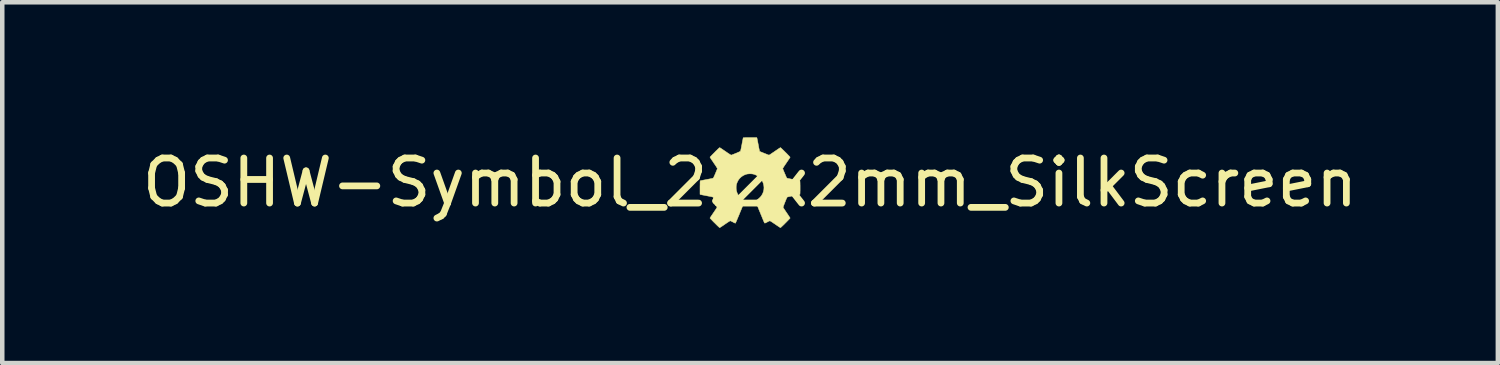
<source format=kicad_pcb>
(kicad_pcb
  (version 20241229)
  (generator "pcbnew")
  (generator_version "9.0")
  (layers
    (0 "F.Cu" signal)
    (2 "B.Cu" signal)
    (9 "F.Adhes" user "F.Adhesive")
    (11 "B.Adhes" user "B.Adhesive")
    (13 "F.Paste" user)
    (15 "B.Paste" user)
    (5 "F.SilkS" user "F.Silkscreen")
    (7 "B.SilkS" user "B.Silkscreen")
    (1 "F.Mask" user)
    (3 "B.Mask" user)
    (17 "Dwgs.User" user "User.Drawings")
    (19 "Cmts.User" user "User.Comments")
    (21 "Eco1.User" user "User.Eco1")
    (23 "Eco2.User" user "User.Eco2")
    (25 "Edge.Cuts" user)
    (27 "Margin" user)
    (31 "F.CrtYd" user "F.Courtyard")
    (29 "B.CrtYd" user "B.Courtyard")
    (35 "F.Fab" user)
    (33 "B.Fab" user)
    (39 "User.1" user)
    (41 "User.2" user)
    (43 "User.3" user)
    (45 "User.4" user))
  (footprint "OSHW-Symbol_2.2x2mm_SilkScreen"
    (layer "F.Cu")
    (at 13.601 1.003)
    (property "Reference" "OSHW-Symbol_2.2x2mm_SilkScreen" (at 0 0 0) (layer "F.SilkS") (effects (font (size 1 1) (thickness 0.15))))
    (attr exclude_from_pos_files exclude_from_bom)
    (fp_poly (pts (xy 0.153 -0.99) (xy 0.154 -0.985) (xy 0.157 -0.973) (xy 0.16 -0.956) (xy 0.165 -0.934) (xy 0.17 -0.908) (xy 0.175 -0.88) (xy 0.181 -0.849) (xy 0.183 -0.839) (xy 0.189 -0.808) (xy 0.194 -0.779) (xy 0.199 -0.753) (xy 0.204 -0.731) (xy 0.208 -0.713) (xy 0.211 -0.7) (xy 0.212 -0.694) (xy 0.213 -0.693) (xy 0.217 -0.691) (xy 0.227 -0.686) (xy 0.242 -0.68) (xy 0.261 -0.672) (xy 0.282 -0.664) (xy 0.305 -0.654) (xy 0.328 -0.645) (xy 0.351 -0.636) (xy 0.372 -0.628) (xy 0.39 -0.62) (xy 0.405 -0.615) (xy 0.416 -0.611) (xy 0.421 -0.61) (xy 0.425 -0.612) (xy 0.435 -0.617) (xy 0.449 -0.626) (xy 0.467 -0.638) (xy 0.488 -0.652) (xy 0.513 -0.669) (xy 0.539 -0.686) (xy 0.548 -0.693) (xy 0.575 -0.711) (xy 0.6 -0.728) (xy 0.622 -0.743) (xy 0.641 -0.756) (xy 0.657 -0.766) (xy 0.668 -0.773) (xy 0.674 -0.776) (xy 0.675 -0.777) (xy 0.679 -0.774) (xy 0.687 -0.767) (xy 0.699 -0.756) (xy 0.714 -0.742) (xy 0.731 -0.725) (xy 0.75 -0.707) (xy 0.77 -0.687) (xy 0.79 -0.667) (xy 0.811 -0.647) (xy 0.83 -0.627) (xy 0.847 -0.609) (xy 0.863 -0.593) (xy 0.875 -0.58) (xy 0.884 -0.57) (xy 0.889 -0.564) (xy 0.889 -0.563) (xy 0.887 -0.559) (xy 0.882 -0.55) (xy 0.873 -0.536) (xy 0.861 -0.518) (xy 0.847 -0.497) (xy 0.831 -0.473) (xy 0.813 -0.448) (xy 0.808 -0.439) (xy 0.79 -0.413) (xy 0.773 -0.388) (xy 0.758 -0.366) (xy 0.746 -0.346) (xy 0.736 -0.33) (xy 0.729 -0.319) (xy 0.726 -0.313) (xy 0.726 -0.312) (xy 0.727 -0.307) (xy 0.731 -0.296) (xy 0.737 -0.28) (xy 0.745 -0.261) (xy 0.754 -0.239) (xy 0.764 -0.216) (xy 0.774 -0.192) (xy 0.784 -0.17) (xy 0.793 -0.148) (xy 0.801 -0.13) (xy 0.808 -0.115) (xy 0.814 -0.105) (xy 0.816 -0.101) (xy 0.82 -0.099) (xy 0.828 -0.096) (xy 0.841 -0.093) (xy 0.859 -0.089) (xy 0.883 -0.084) (xy 0.912 -0.078) (xy 0.949 -0.071) (xy 0.962 -0.069) (xy 0.993 -0.063) (xy 1.022 -0.057) (xy 1.048 -0.052) (xy 1.07 -0.048) (xy 1.087 -0.044) (xy 1.1 -0.041) (xy 1.106 -0.039) (xy 1.106 -0.039) (xy 1.107 -0.035) (xy 1.108 -0.024) (xy 1.109 -0.008) (xy 1.11 0.013) (xy 1.11 0.037) (xy 1.111 0.064) (xy 1.111 0.092) (xy 1.111 0.121) (xy 1.111 0.15) (xy 1.111 0.177) (xy 1.11 0.202) (xy 1.11 0.225) (xy 1.109 0.243) (xy 1.108 0.256) (xy 1.107 0.263) (xy 1.106 0.264) (xy 1.102 0.266) (xy 1.091 0.268) (xy 1.074 0.272) (xy 1.053 0.276) (xy 1.028 0.281) (xy 1 0.286) (xy 0.97 0.292) (xy 0.964 0.293) (xy 0.926 0.3) (xy 0.896 0.306) (xy 0.871 0.311) (xy 0.852 0.315) (xy 0.838 0.319) (xy 0.828 0.322) (xy 0.823 0.324) (xy 0.822 0.325) (xy 0.819 0.33) (xy 0.814 0.341) (xy 0.807 0.357) (xy 0.799 0.376) (xy 0.79 0.398) (xy 0.781 0.422) (xy 0.771 0.446) (xy 0.762 0.47) (xy 0.753 0.492) (xy 0.746 0.512) (xy 0.74 0.529) (xy 0.735 0.541) (xy 0.733 0.548) (xy 0.733 0.548) (xy 0.735 0.553) (xy 0.741 0.563) (xy 0.75 0.577) (xy 0.762 0.596) (xy 0.776 0.617) (xy 0.792 0.641) (xy 0.809 0.666) (xy 0.811 0.67) (xy 0.829 0.695) (xy 0.845 0.719) (xy 0.859 0.741) (xy 0.871 0.759) (xy 0.881 0.773) (xy 0.887 0.783) (xy 0.889 0.788) (xy 0.889 0.788) (xy 0.887 0.792) (xy 0.88 0.8) (xy 0.868 0.812) (xy 0.854 0.827) (xy 0.836 0.846) (xy 0.816 0.866) (xy 0.794 0.889) (xy 0.784 0.898) (xy 0.757 0.926) (xy 0.734 0.948) (xy 0.715 0.966) (xy 0.7 0.98) (xy 0.689 0.991) (xy 0.681 0.997) (xy 0.675 1) (xy 0.673 1.001) (xy 0.668 0.999) (xy 0.659 0.992) (xy 0.644 0.983) (xy 0.626 0.971) (xy 0.605 0.957) (xy 0.582 0.941) (xy 0.557 0.924) (xy 0.527 0.904) (xy 0.501 0.886) (xy 0.479 0.872) (xy 0.461 0.861) (xy 0.449 0.853) (xy 0.441 0.85) (xy 0.44 0.849) (xy 0.434 0.851) (xy 0.423 0.856) (xy 0.408 0.862) (xy 0.391 0.871) (xy 0.384 0.875) (xy 0.363 0.886) (xy 0.348 0.893) (xy 0.337 0.898) (xy 0.329 0.899) (xy 0.324 0.899) (xy 0.321 0.896) (xy 0.32 0.896) (xy 0.318 0.891) (xy 0.313 0.88) (xy 0.306 0.864) (xy 0.297 0.844) (xy 0.287 0.819) (xy 0.275 0.791) (xy 0.263 0.76) (xy 0.249 0.727) (xy 0.235 0.693) (xy 0.221 0.658) (xy 0.206 0.623) (xy 0.192 0.588) (xy 0.179 0.555) (xy 0.166 0.524) (xy 0.155 0.495) (xy 0.144 0.469) (xy 0.136 0.447) (xy 0.129 0.429) (xy 0.124 0.417) (xy 0.122 0.41) (xy 0.122 0.409) (xy 0.126 0.405) (xy 0.134 0.398) (xy 0.146 0.39) (xy 0.153 0.385) (xy 0.18 0.365) (xy 0.206 0.343) (xy 0.23 0.319) (xy 0.25 0.295) (xy 0.257 0.285) (xy 0.28 0.244) (xy 0.296 0.202) (xy 0.306 0.157) (xy 0.309 0.112) (xy 0.305 0.067) (xy 0.295 0.023) (xy 0.279 -0.02) (xy 0.256 -0.059) (xy 0.228 -0.096) (xy 0.194 -0.128) (xy 0.155 -0.154) (xy 0.113 -0.175) (xy 0.081 -0.186) (xy 0.057 -0.191) (xy 0.028 -0.194) (xy -0.003 -0.195) (xy -0.034 -0.193) (xy -0.062 -0.19) (xy -0.081 -0.186) (xy -0.126 -0.169) (xy -0.167 -0.147) (xy -0.204 -0.119) (xy -0.236 -0.087) (xy -0.263 -0.05) (xy -0.284 -0.009) (xy -0.3 0.035) (xy -0.303 0.051) (xy -0.307 0.073) (xy -0.308 0.1) (xy -0.308 0.128) (xy -0.306 0.155) (xy -0.303 0.177) (xy -0.29 0.221) (xy -0.271 0.263) (xy -0.245 0.302) (xy -0.212 0.338) (xy -0.174 0.37) (xy -0.137 0.395) (xy -0.129 0.401) (xy -0.123 0.407) (xy -0.122 0.409) (xy -0.123 0.413) (xy -0.127 0.423) (xy -0.132 0.438) (xy -0.14 0.459) (xy -0.15 0.483) (xy -0.161 0.511) (xy -0.173 0.541) (xy -0.186 0.574) (xy -0.2 0.608) (xy -0.215 0.643) (xy -0.229 0.678) (xy -0.243 0.713) (xy -0.257 0.747) (xy -0.271 0.779) (xy -0.283 0.808) (xy -0.294 0.834) (xy -0.304 0.857) (xy -0.312 0.875) (xy -0.318 0.888) (xy -0.321 0.896) (xy -0.322 0.897) (xy -0.324 0.9) (xy -0.327 0.901) (xy -0.33 0.901) (xy -0.336 0.899) (xy -0.344 0.895) (xy -0.357 0.889) (xy -0.375 0.88) (xy -0.385 0.874) (xy -0.402 0.865) (xy -0.418 0.858) (xy -0.43 0.852) (xy -0.438 0.85) (xy -0.44 0.849) (xy -0.445 0.851) (xy -0.456 0.857) (xy -0.472 0.867) (xy -0.492 0.88) (xy -0.516 0.896) (xy -0.544 0.915) (xy -0.559 0.925) (xy -0.584 0.943) (xy -0.608 0.959) (xy -0.629 0.973) (xy -0.647 0.985) (xy -0.661 0.994) (xy -0.671 0.999) (xy -0.675 1.002) (xy -0.675 1.002) (xy -0.679 0.999) (xy -0.687 0.992) (xy -0.699 0.981) (xy -0.715 0.966) (xy -0.733 0.949) (xy -0.754 0.928) (xy -0.776 0.906) (xy -0.785 0.897) (xy -0.808 0.875) (xy -0.829 0.853) (xy -0.847 0.834) (xy -0.863 0.817) (xy -0.876 0.804) (xy -0.885 0.794) (xy -0.889 0.789) (xy -0.889 0.788) (xy -0.887 0.784) (xy -0.882 0.775) (xy -0.873 0.761) (xy -0.861 0.743) (xy -0.847 0.722) (xy -0.831 0.699) (xy -0.814 0.673) (xy -0.811 0.669) (xy -0.794 0.644) (xy -0.778 0.62) (xy -0.763 0.598) (xy -0.751 0.579) (xy -0.742 0.564) (xy -0.736 0.554) (xy -0.733 0.549) (xy -0.733 0.548) (xy -0.735 0.543) (xy -0.738 0.532) (xy -0.744 0.517) (xy -0.751 0.498) (xy -0.759 0.476) (xy -0.769 0.452) (xy -0.778 0.428) (xy -0.788 0.404) (xy -0.797 0.382) (xy -0.805 0.362) (xy -0.812 0.345) (xy -0.818 0.333) (xy -0.821 0.326) (xy -0.822 0.325) (xy -0.825 0.323) (xy -0.831 0.32) (xy -0.841 0.318) (xy -0.855 0.314) (xy -0.875 0.31) (xy -0.9 0.305) (xy -0.932 0.299) (xy -0.96 0.294) (xy -0.991 0.288) (xy -1.019 0.282) (xy -1.045 0.277) (xy -1.067 0.273) (xy -1.085 0.269) (xy -1.097 0.267) (xy -1.102 0.265) (xy -1.102 0.265) (xy -1.111 0.261) (xy -1.111 0.113) (xy -1.111 0.074) (xy -1.11 0.042) (xy -1.11 0.016) (xy -1.11 -0.004) (xy -1.109 -0.019) (xy -1.108 -0.029) (xy -1.107 -0.036) (xy -1.106 -0.039) (xy -1.106 -0.039) (xy -1.102 -0.04) (xy -1.091 -0.043) (xy -1.074 -0.047) (xy -1.053 -0.051) (xy -1.028 -0.056) (xy -1 -0.061) (xy -0.97 -0.067) (xy -0.962 -0.069) (xy -0.924 -0.076) (xy -0.892 -0.082) (xy -0.866 -0.087) (xy -0.847 -0.091) (xy -0.832 -0.095) (xy -0.822 -0.098) (xy -0.817 -0.1) (xy -0.816 -0.101) (xy -0.813 -0.106) (xy -0.808 -0.117) (xy -0.8 -0.132) (xy -0.792 -0.151) (xy -0.782 -0.172) (xy -0.772 -0.196) (xy -0.762 -0.219) (xy -0.753 -0.242) (xy -0.744 -0.263) (xy -0.736 -0.282) (xy -0.731 -0.297) (xy -0.727 -0.308) (xy -0.726 -0.312) (xy -0.728 -0.317) (xy -0.734 -0.327) (xy -0.743 -0.341) (xy -0.754 -0.36) (xy -0.769 -0.382) (xy -0.785 -0.406) (xy -0.803 -0.432) (xy -0.808 -0.439) (xy -0.825 -0.466) (xy -0.842 -0.49) (xy -0.857 -0.512) (xy -0.869 -0.531) (xy -0.879 -0.546) (xy -0.886 -0.557) (xy -0.889 -0.563) (xy -0.889 -0.563) (xy -0.887 -0.567) (xy -0.88 -0.575) (xy -0.868 -0.587) (xy -0.854 -0.602) (xy -0.836 -0.621) (xy -0.816 -0.641) (xy -0.794 -0.663) (xy -0.784 -0.673) (xy -0.757 -0.701) (xy -0.733 -0.723) (xy -0.715 -0.742) (xy -0.7 -0.755) (xy -0.689 -0.766) (xy -0.68 -0.772) (xy -0.675 -0.775) (xy -0.673 -0.776) (xy -0.668 -0.774) (xy -0.659 -0.767) (xy -0.644 -0.758) (xy -0.626 -0.746) (xy -0.605 -0.732) (xy -0.581 -0.715) (xy -0.555 -0.698) (xy -0.547 -0.692) (xy -0.52 -0.674) (xy -0.496 -0.657) (xy -0.473 -0.642) (xy -0.454 -0.63) (xy -0.438 -0.62) (xy -0.427 -0.613) (xy -0.421 -0.61) (xy -0.42 -0.61) (xy -0.414 -0.611) (xy -0.403 -0.615) (xy -0.387 -0.621) (xy -0.367 -0.629) (xy -0.346 -0.637) (xy -0.323 -0.647) (xy -0.299 -0.656) (xy -0.277 -0.666) (xy -0.256 -0.675) (xy -0.239 -0.683) (xy -0.226 -0.689) (xy -0.217 -0.693) (xy -0.216 -0.695) (xy -0.213 -0.698) (xy -0.211 -0.703) (xy -0.209 -0.71) (xy -0.206 -0.721) (xy -0.203 -0.736) (xy -0.199 -0.755) (xy -0.194 -0.78) (xy -0.188 -0.811) (xy -0.181 -0.846) (xy -0.176 -0.877) (xy -0.17 -0.906) (xy -0.165 -0.933) (xy -0.16 -0.955) (xy -0.157 -0.973) (xy -0.154 -0.986) (xy -0.152 -0.993) (xy -0.152 -0.994) (xy -0.149 -0.995) (xy -0.143 -0.996) (xy -0.133 -0.997) (xy -0.118 -0.997) (xy -0.099 -0.998) (xy -0.073 -0.998) (xy -0.042 -0.998) (xy -0.004 -0.998) (xy 0.149 -0.998) (xy 0.153 -0.99)) (stroke (width 0.01) (type solid)) (fill yes) (layer "F.SilkS")))
  (gr_rect
    (start -3 -3)
    (end 30.202 5.01)
    (stroke (width 0.1) (type default))
    (fill no)
    (layer "Edge.Cuts")))
</source>
